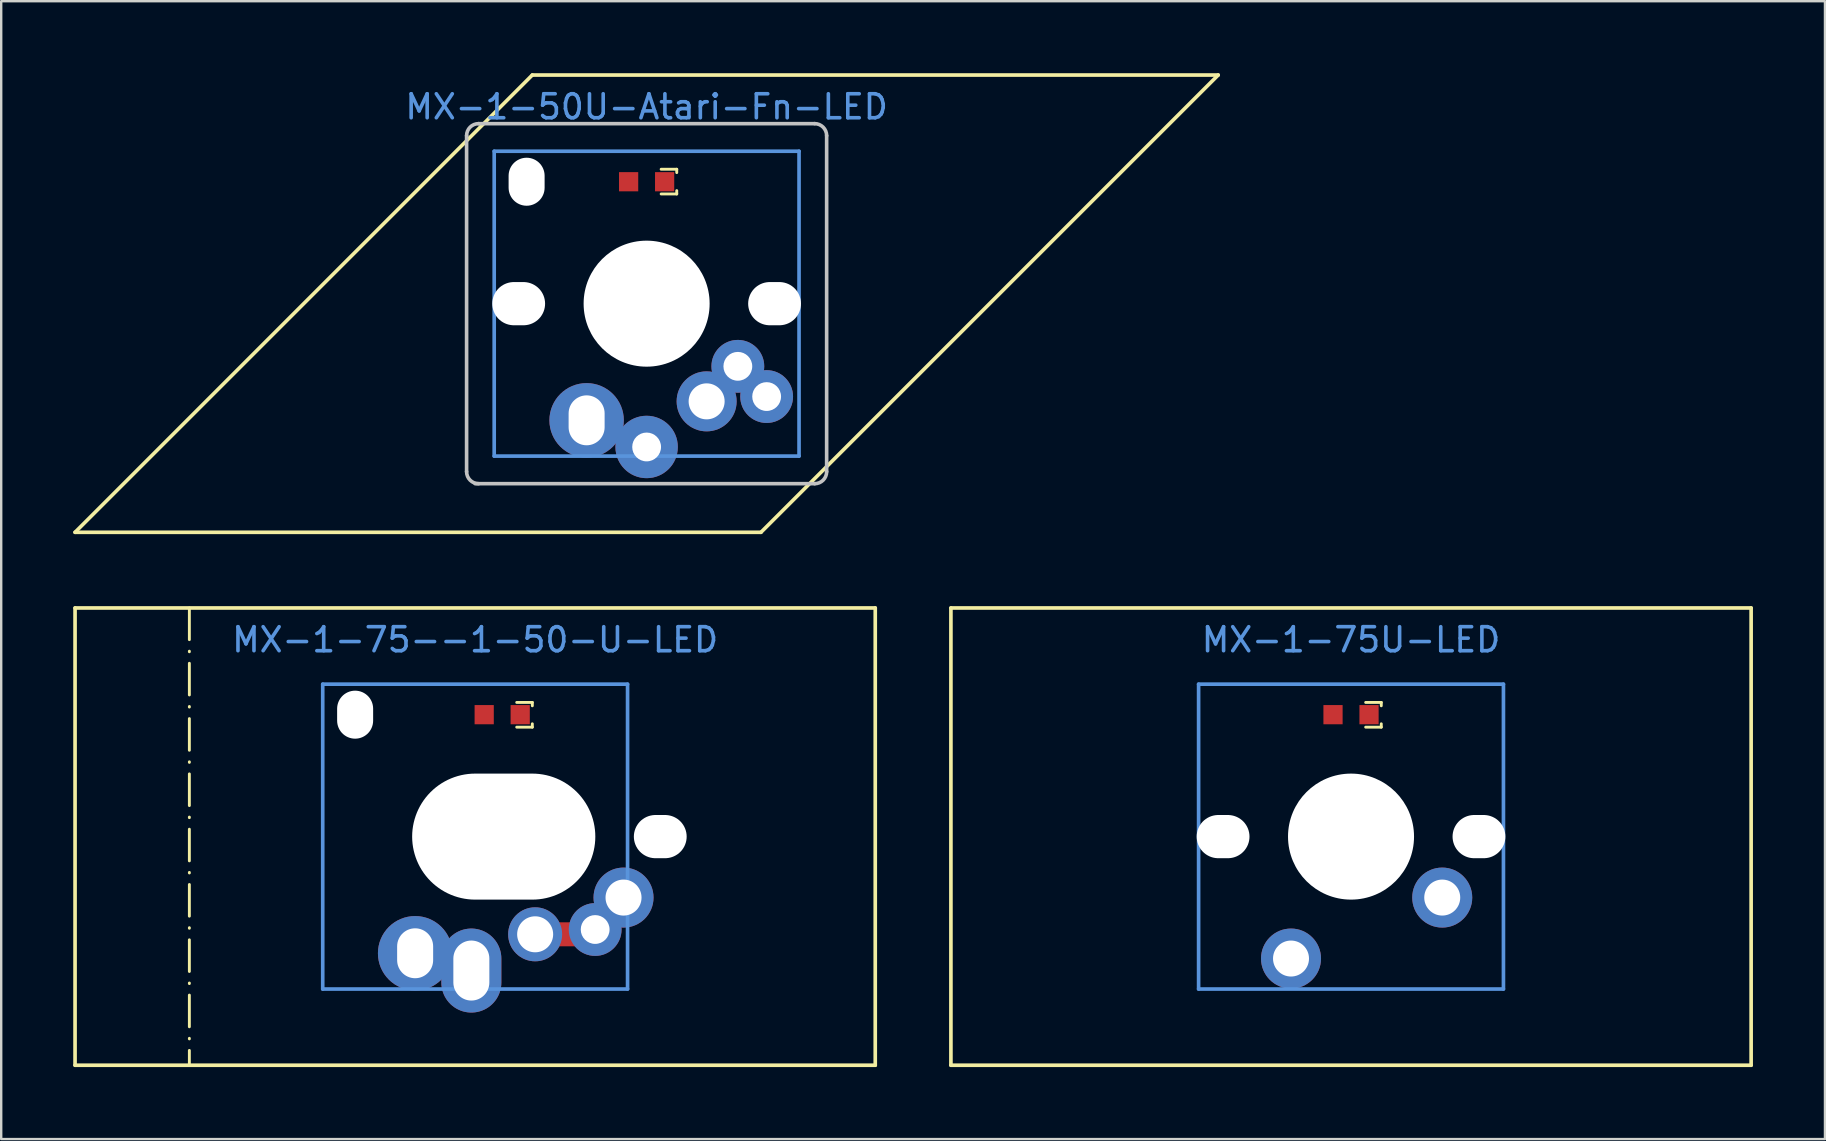
<source format=kicad_pcb>
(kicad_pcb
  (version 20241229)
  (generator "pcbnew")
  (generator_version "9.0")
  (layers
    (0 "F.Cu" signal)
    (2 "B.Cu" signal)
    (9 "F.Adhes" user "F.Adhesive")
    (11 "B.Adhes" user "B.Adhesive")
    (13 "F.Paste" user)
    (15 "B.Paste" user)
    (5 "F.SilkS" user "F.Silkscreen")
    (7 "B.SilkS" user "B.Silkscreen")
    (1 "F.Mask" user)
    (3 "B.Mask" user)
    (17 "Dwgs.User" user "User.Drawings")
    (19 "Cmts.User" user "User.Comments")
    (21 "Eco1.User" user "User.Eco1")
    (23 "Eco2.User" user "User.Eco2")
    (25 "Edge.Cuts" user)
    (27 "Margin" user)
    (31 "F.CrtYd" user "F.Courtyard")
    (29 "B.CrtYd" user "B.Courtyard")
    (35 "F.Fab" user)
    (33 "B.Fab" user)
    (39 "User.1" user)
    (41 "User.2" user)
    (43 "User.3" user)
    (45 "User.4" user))
  (footprint "MX-1-75U-LED"
    (layer "F.Cu")
    (at 53.235 26.724)
    (property "Reference" "MX-1-75U-LED" (at 0 -3.12 0) (layer "Cmts.User") (effects (font (size 1 1) (thickness 0.15))))
    (fp_line (start -16.669 -4.445) (end 16.669 -4.445) (stroke (width 0.152) (type solid)) (layer "F.SilkS"))
    (fp_line (start -16.669 14.605) (end -16.669 -4.445) (stroke (width 0.152) (type solid)) (layer "F.SilkS"))
    (fp_line (start 0.61 -0.51) (end 1.26 -0.51) (stroke (width 0.12) (type solid)) (layer "F.SilkS"))
    (fp_line (start 0.61 0.52) (end 1.26 0.52) (stroke (width 0.12) (type solid)) (layer "F.SilkS"))
    (fp_line (start 1.26 -0.51) (end 1.26 -0.37) (stroke (width 0.12) (type solid)) (layer "F.SilkS"))
    (fp_line (start 1.26 0.52) (end 1.26 0.38) (stroke (width 0.12) (type solid)) (layer "F.SilkS"))
    (fp_line (start 16.669 -4.445) (end 16.669 14.605) (stroke (width 0.152) (type solid)) (layer "F.SilkS"))
    (fp_line (start 16.669 14.605) (end -16.669 14.605) (stroke (width 0.152) (type solid)) (layer "F.SilkS"))
    (fp_line (start -6.35 -1.27) (end 6.35 -1.27) (stroke (width 0.152) (type solid)) (layer "Cmts.User"))
    (fp_line (start -6.35 11.43) (end -6.35 -1.27) (stroke (width 0.152) (type solid)) (layer "Cmts.User"))
    (fp_line (start 6.35 -1.27) (end 6.35 11.43) (stroke (width 0.152) (type solid)) (layer "Cmts.User"))
    (fp_line (start 6.35 11.43) (end -6.35 11.43) (stroke (width 0.152) (type solid)) (layer "Cmts.User"))
    (pad "" np_thru_hole oval (at -5.33 5.08 270) (size 1.8 2.2) (drill oval 1.8 2.2) (layers "*.Cu" "*.Mask"))
    (pad "" np_thru_hole circle (at 0 5.08 180) (size 5.25 5.25) (drill 5.25) (layers "*.Cu" "*.Mask"))
    (pad "" np_thru_hole oval (at 5.33 5.08 270) (size 1.8 2.2) (drill oval 1.8 2.2) (layers "*.Cu" "*.Mask"))
    (pad "1" thru_hole circle (at -2.5 10.16) (size 2.5 2.5) (drill 1.499) (layers "*.Cu" "*.Mask"))
    (pad "2" thru_hole circle (at 3.8 7.62 225) (size 2.5 2.5) (drill 1.499) (layers "*.Cu" "*.Mask"))
    (pad "3" smd rect (at 0.75 0 90) (size 0.8 0.8) (layers "F.Cu" "F.Mask" "F.Paste"))
    (pad "4" smd rect (at -0.75 0 90) (size 0.8 0.8) (layers "F.Cu" "F.Mask" "F.Paste")))
  (footprint "MX-1-75--1-50-U-LED"
    (layer "F.Cu")
    (at 17.936 26.724)
    (property "Reference" "MX-1-75--1-50-U-LED" (at -1.191 -3.12 0) (layer "Cmts.User") (effects (font (size 1 1) (thickness 0.15))))
    (fp_line (start -17.859 -4.445) (end 15.478 -4.445) (stroke (width 0.152) (type solid)) (layer "F.SilkS"))
    (fp_line (start -17.859 14.605) (end -17.859 -4.445) (stroke (width 0.152) (type solid)) (layer "F.SilkS"))
    (fp_line (start -13.097 -4.445) (end -13.097 14.605) (stroke (width 0.12) (type dash_dot)) (layer "F.SilkS"))
    (fp_line (start 0.541 -0.51) (end 1.191 -0.51) (stroke (width 0.12) (type solid)) (layer "F.SilkS"))
    (fp_line (start 0.541 0.52) (end 1.191 0.52) (stroke (width 0.12) (type solid)) (layer "F.SilkS"))
    (fp_line (start 1.191 -0.51) (end 1.191 -0.37) (stroke (width 0.12) (type solid)) (layer "F.SilkS"))
    (fp_line (start 1.191 0.52) (end 1.191 0.38) (stroke (width 0.12) (type solid)) (layer "F.SilkS"))
    (fp_line (start 15.478 -4.445) (end 15.478 14.605) (stroke (width 0.152) (type solid)) (layer "F.SilkS"))
    (fp_line (start 15.478 14.605) (end -17.859 14.605) (stroke (width 0.152) (type solid)) (layer "F.SilkS"))
    (fp_line (start -7.541 -1.27) (end 5.159 -1.27) (stroke (width 0.152) (type solid)) (layer "Cmts.User"))
    (fp_line (start -7.541 11.43) (end -7.541 -1.27) (stroke (width 0.152) (type solid)) (layer "Cmts.User"))
    (fp_line (start 5.159 -1.27) (end 5.159 11.43) (stroke (width 0.152) (type solid)) (layer "Cmts.User"))
    (fp_line (start 5.159 11.43) (end -7.541 11.43) (stroke (width 0.152) (type solid)) (layer "Cmts.User"))
    (pad "" np_thru_hole oval (at -6.191 0 270) (size 2 1.5) (drill oval 2 1.5) (layers "*.Cu" "*.Mask"))
    (pad "" np_thru_hole oval (at 0 5.08 180) (size 7.631 5.25) (drill oval 7.631 5.25) (layers "*.Cu" "*.Mask"))
    (pad "" np_thru_hole oval (at 6.521 5.08 270) (size 1.8 2.2) (drill oval 1.8 2.2) (layers "*.Cu" "*.Mask"))
    (pad "1" thru_hole circle (at -3.691 9.94) (size 3.1 3.1) (drill oval 1.5 2.08) (layers "*.Cu" "*.Mask"))
    (pad "1" thru_hole oval (at -1.349 10.66) (size 2.5 3.5) (drill oval 1.5 2.5) (layers "*.Cu" "*.Mask"))
    (pad "2" thru_hole circle (at 1.309 9.15 90) (size 2.25 2.25) (drill 1.5) (layers "*.Cu" "*.Mask"))
    (pad "2" smd rect (at 2.559 9.15 90) (size 1 1) (layers "F.Cu" "F.Mask" "F.Paste"))
    (pad "2" thru_hole circle (at 3.809 8.95 270) (size 2.2 2.2) (drill 1.2) (layers "*.Cu" "*.Mask"))
    (pad "2" thru_hole circle (at 4.991 7.62 90) (size 2.5 2.5) (drill 1.5) (layers "*.Cu" "*.Mask"))
    (pad "3" smd rect (at 0.686 0 90) (size 0.8 0.8) (layers "F.Cu" "F.Mask" "F.Paste"))
    (pad "4" smd rect (at -0.814 0 90) (size 0.8 0.8) (layers "F.Cu" "F.Mask" "F.Paste")))
  (footprint "MX-1-50U-Atari-Fn-LED"
    (layer "F.Cu")
    (at 23.889 4.521)
    (property "Reference" "MX-1-50U-Atari-Fn-LED" (at 0 -3.12 0) (layer "Cmts.User") (effects (font (size 1 1) (thickness 0.15))))
    (fp_line (start -23.812 14.605) (end -4.763 -4.445) (stroke (width 0.152) (type solid)) (layer "F.SilkS"))
    (fp_line (start -4.763 -4.445) (end 23.812 -4.445) (stroke (width 0.152) (type solid)) (layer "F.SilkS"))
    (fp_line (start 0.605 -0.52) (end 1.255 -0.52) (stroke (width 0.12) (type solid)) (layer "F.SilkS"))
    (fp_line (start 0.605 0.51) (end 1.255 0.51) (stroke (width 0.12) (type solid)) (layer "F.SilkS"))
    (fp_line (start 1.255 -0.52) (end 1.255 -0.38) (stroke (width 0.12) (type solid)) (layer "F.SilkS"))
    (fp_line (start 1.255 0.51) (end 1.255 0.37) (stroke (width 0.12) (type solid)) (layer "F.SilkS"))
    (fp_line (start 4.763 14.605) (end -23.812 14.605) (stroke (width 0.152) (type solid)) (layer "F.SilkS"))
    (fp_line (start 23.812 -4.445) (end 4.763 14.605) (stroke (width 0.152) (type solid)) (layer "F.SilkS"))
    (fp_line (start -7.5 -1.92) (end -7.5 12.08) (stroke (width 0.15) (type solid)) (layer "Dwgs.User"))
    (fp_line (start -7 -2.42) (end 7 -2.42) (stroke (width 0.15) (type solid)) (layer "Dwgs.User"))
    (fp_line (start 7 12.58) (end -7.144 12.58) (stroke (width 0.15) (type solid)) (layer "Dwgs.User"))
    (fp_line (start 7.5 -1.92) (end 7.5 12.08) (stroke (width 0.15) (type solid)) (layer "Dwgs.User"))
    (fp_arc (start -7.5 -1.92) (mid -7.353553 -2.273553) (end -7 -2.42) (stroke (width 0.15) (type solid)) (layer "Dwgs.User"))
    (fp_arc (start -7 12.58) (mid -7.353553 12.433553) (end -7.5 12.08) (stroke (width 0.15) (type solid)) (layer "Dwgs.User"))
    (fp_arc (start 7 -2.42) (mid 7.353553 -2.273553) (end 7.5 -1.92) (stroke (width 0.15) (type solid)) (layer "Dwgs.User"))
    (fp_arc (start 7.5 12.08) (mid 7.353553 12.433553) (end 7 12.58) (stroke (width 0.15) (type solid)) (layer "Dwgs.User"))
    (fp_line (start -6.35 -1.27) (end 6.35 -1.27) (stroke (width 0.152) (type solid)) (layer "Cmts.User"))
    (fp_line (start -6.35 11.43) (end -6.35 -1.27) (stroke (width 0.152) (type solid)) (layer "Cmts.User"))
    (fp_line (start 6.35 -1.27) (end 6.35 11.43) (stroke (width 0.152) (type solid)) (layer "Cmts.User"))
    (fp_line (start 6.35 11.43) (end -6.35 11.43) (stroke (width 0.152) (type solid)) (layer "Cmts.User"))
    (fp_line (start -7.798 -0.925) (end -6.985 -0.925) (stroke (width 0.152) (type solid)) (layer "Eco2.User"))
    (fp_line (start -7.798 2.576) (end -7.798 -0.925) (stroke (width 0.152) (type solid)) (layer "Eco2.User"))
    (fp_line (start -7.798 7.584) (end -6.985 7.584) (stroke (width 0.152) (type solid)) (layer "Eco2.User"))
    (fp_line (start -7.798 11.085) (end -7.798 7.584) (stroke (width 0.152) (type solid)) (layer "Eco2.User"))
    (fp_line (start -6.985 -1.905) (end 6.985 -1.905) (stroke (width 0.152) (type solid)) (layer "Eco2.User"))
    (fp_line (start -6.985 -0.925) (end -6.985 -1.905) (stroke (width 0.152) (type solid)) (layer "Eco2.User"))
    (fp_line (start -6.985 2.576) (end -7.798 2.576) (stroke (width 0.152) (type solid)) (layer "Eco2.User"))
    (fp_line (start -6.985 7.584) (end -6.985 2.576) (stroke (width 0.152) (type solid)) (layer "Eco2.User"))
    (fp_line (start -6.985 11.085) (end -7.798 11.085) (stroke (width 0.152) (type solid)) (layer "Eco2.User"))
    (fp_line (start -6.985 12.065) (end -6.985 11.085) (stroke (width 0.152) (type solid)) (layer "Eco2.User"))
    (fp_line (start 6.985 -1.905) (end 6.985 -0.925) (stroke (width 0.152) (type solid)) (layer "Eco2.User"))
    (fp_line (start 6.985 -0.925) (end 7.798 -0.925) (stroke (width 0.152) (type solid)) (layer "Eco2.User"))
    (fp_line (start 6.985 2.576) (end 6.985 7.584) (stroke (width 0.152) (type solid)) (layer "Eco2.User"))
    (fp_line (start 6.985 7.584) (end 7.798 7.584) (stroke (width 0.152) (type solid)) (layer "Eco2.User"))
    (fp_line (start 6.985 11.085) (end 6.985 12.065) (stroke (width 0.152) (type solid)) (layer "Eco2.User"))
    (fp_line (start 6.985 12.065) (end -6.985 12.065) (stroke (width 0.152) (type solid)) (layer "Eco2.User"))
    (fp_line (start 7.798 -0.925) (end 7.798 2.576) (stroke (width 0.152) (type solid)) (layer "Eco2.User"))
    (fp_line (start 7.798 2.576) (end 6.985 2.576) (stroke (width 0.152) (type solid)) (layer "Eco2.User"))
    (fp_line (start 7.798 7.584) (end 7.798 11.085) (stroke (width 0.152) (type solid)) (layer "Eco2.User"))
    (fp_line (start 7.798 11.085) (end 6.985 11.085) (stroke (width 0.152) (type solid)) (layer "Eco2.User"))
    (pad "" np_thru_hole oval (at -5.33 5.08 270) (size 1.8 2.2) (drill oval 1.8 2.2) (layers "*.Cu" "*.Mask"))
    (pad "" np_thru_hole oval (at -5 0 270) (size 2 1.5) (drill oval 2 1.5) (layers "*.Cu" "*.Mask"))
    (pad "" np_thru_hole circle (at 0 5.08 180) (size 5.25 5.25) (drill 5.25) (layers "*.Cu" "*.Mask"))
    (pad "" np_thru_hole oval (at 5.33 5.08 270) (size 1.8 2.2) (drill oval 1.8 2.2) (layers "*.Cu" "*.Mask"))
    (pad "1" thru_hole circle (at -2.5 9.94) (size 3.1 3.1) (drill oval 1.5 2.08) (layers "*.Cu" "*.Mask"))
    (pad "1" thru_hole circle (at 0 11.05 90) (size 2.6 2.6) (drill 1.2) (layers "*.Cu" "*.Mask"))
    (pad "2" thru_hole circle (at 2.5 9.15 90) (size 2.5 2.5) (drill 1.5) (layers "*.Cu" "*.Mask"))
    (pad "2" thru_hole circle (at 3.8 7.69 225) (size 2.2 2.2) (drill 1.2) (layers "*.Cu" "*.Mask"))
    (pad "2" thru_hole circle (at 5 8.95 270) (size 2.2 2.2) (drill 1.2) (layers "*.Cu" "*.Mask"))
    (pad "3" smd rect (at 0.75 0 90) (size 0.8 0.8) (layers "F.Cu" "F.Mask" "F.Paste"))
    (pad "4" smd rect (at -0.75 0 90) (size 0.8 0.8) (layers "F.Cu" "F.Mask" "F.Paste")))
  (gr_rect
    (start -3 -3)
    (end 72.98 44.405)
    (stroke (width 0.1) (type default))
    (fill no)
    (layer "Edge.Cuts")))
</source>
